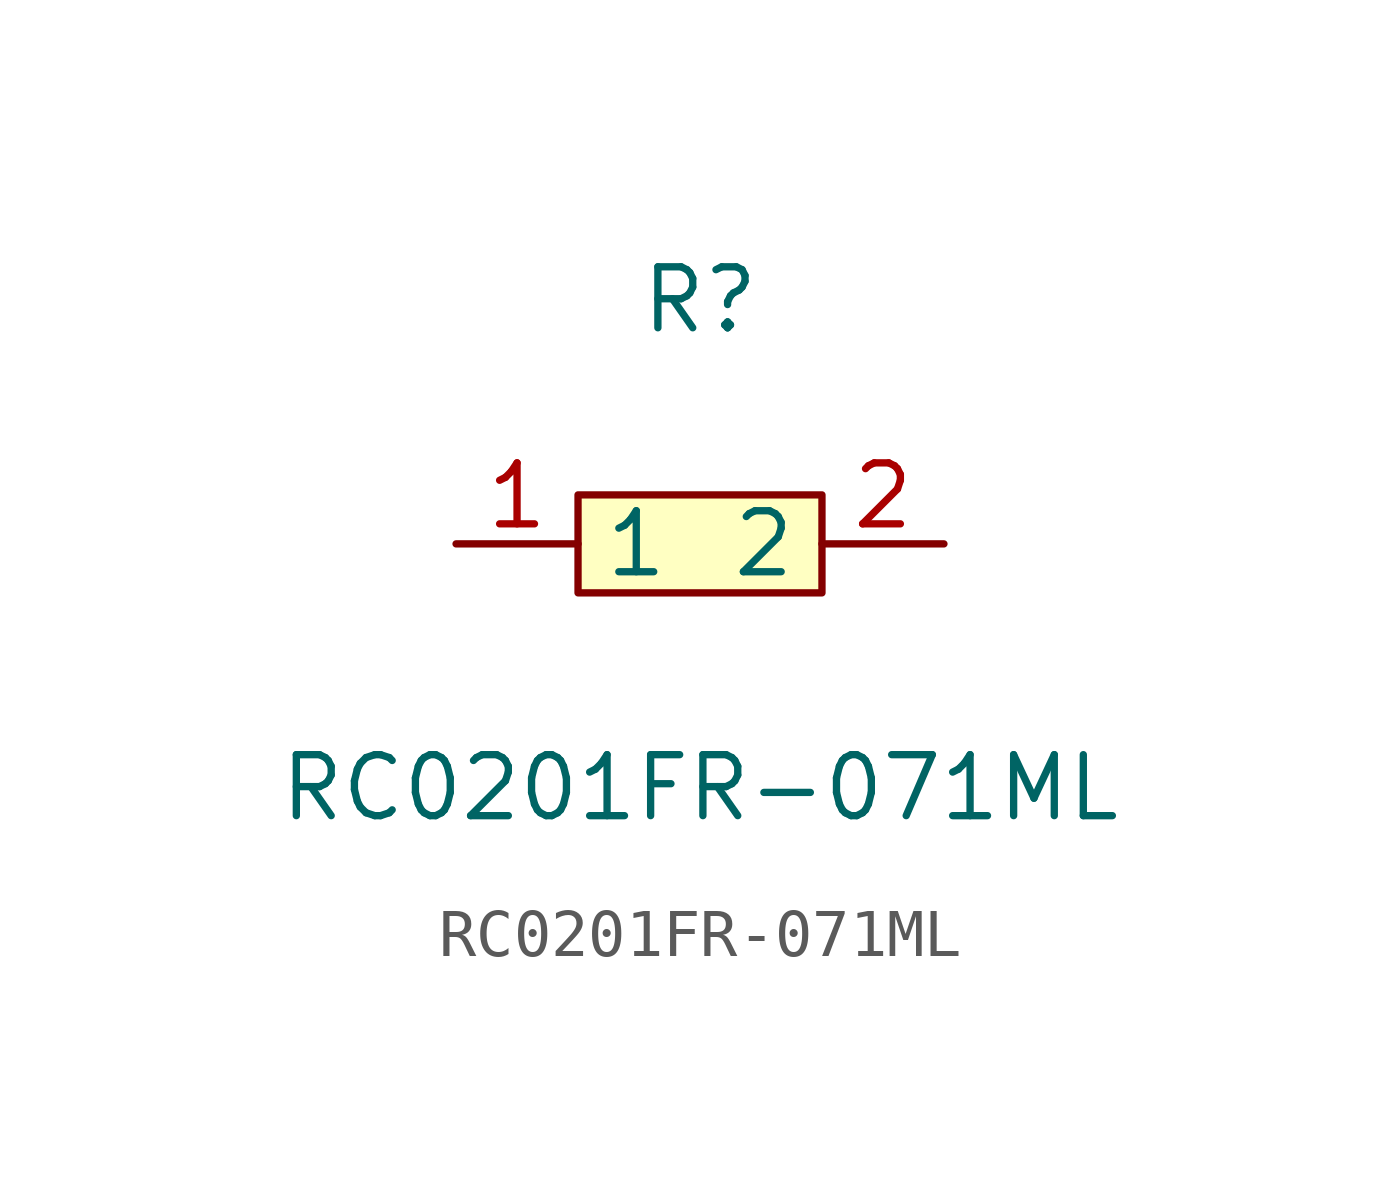
<source format=kicad_sym>
(kicad_symbol_lib
  (version 1)
  (generator "faebryk")
  (symbol "RC0201FR-071ML"
    (property "Reference" "R"
      (at 0 5.08 0)
      (effects (font (size 1.27 1.27)) (hide no)))
    (property "Value" "RC0201FR-071ML"
      (at 0 -5.08 0)
      (effects (font (size 1.27 1.27)) (hide no)))
    (symbol "RC0201FR-071ML_0_1"
      (rectangle (start -2.54 1.02) (end 2.54 -1.02) (stroke (width 0) (type default) (color 0 0 0 0)) (fill (type background)))
      (pin unspecified line (at 5.08 0 180) (length 2.54) (name "2" (effects (font (size 1.27 1.27)) (hide no))) (number "2" (effects (font (size 1.27 1.27)) (hide no))))
      (pin unspecified line (at -5.08 0 0) (length 2.54) (name "1" (effects (font (size 1.27 1.27)) (hide no))) (number "1" (effects (font (size 1.27 1.27)) (hide no)))))))
</source>
